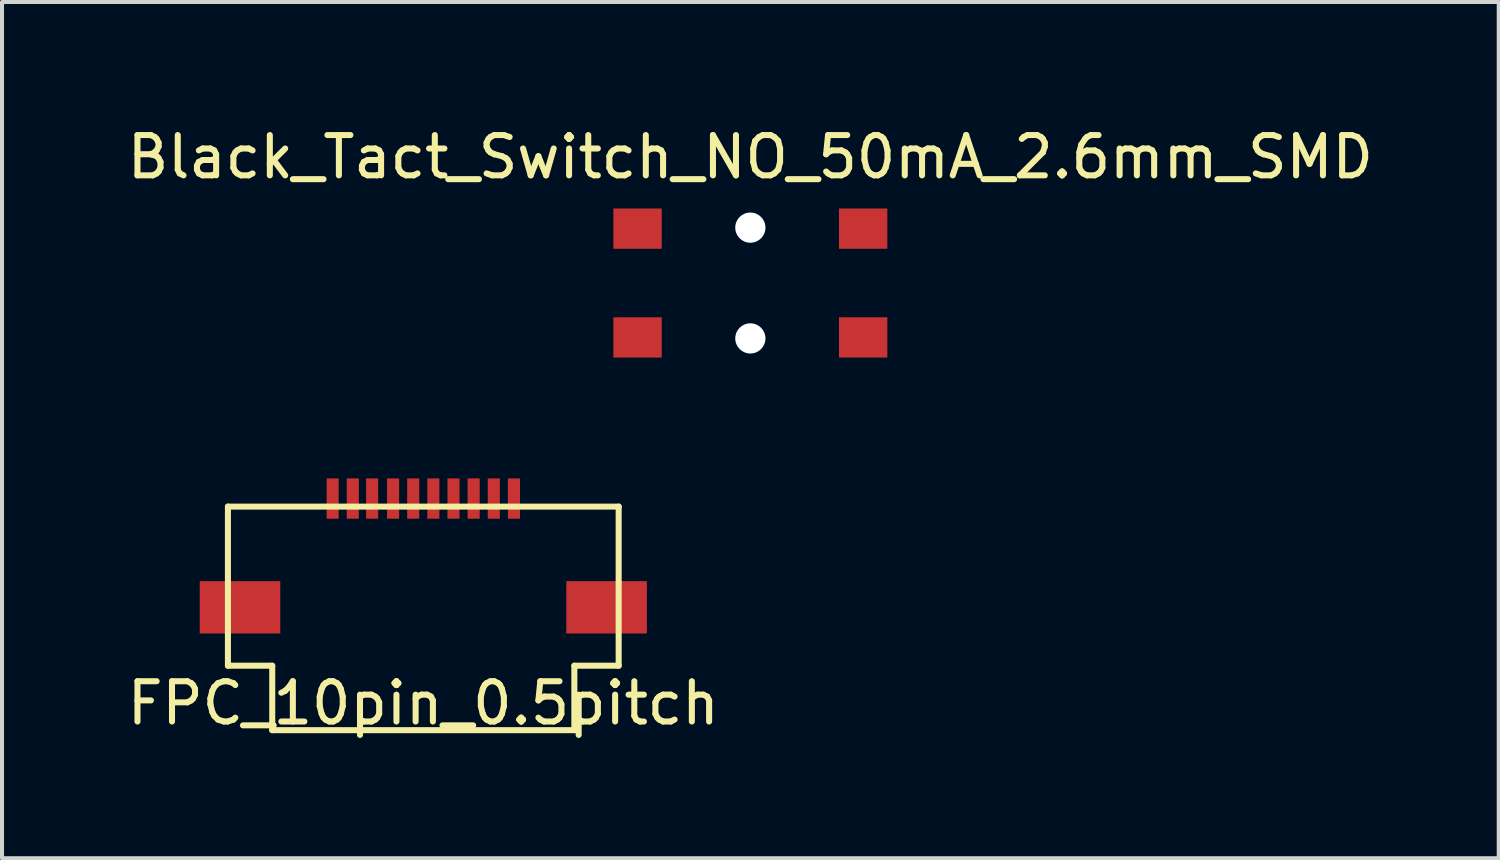
<source format=kicad_pcb>
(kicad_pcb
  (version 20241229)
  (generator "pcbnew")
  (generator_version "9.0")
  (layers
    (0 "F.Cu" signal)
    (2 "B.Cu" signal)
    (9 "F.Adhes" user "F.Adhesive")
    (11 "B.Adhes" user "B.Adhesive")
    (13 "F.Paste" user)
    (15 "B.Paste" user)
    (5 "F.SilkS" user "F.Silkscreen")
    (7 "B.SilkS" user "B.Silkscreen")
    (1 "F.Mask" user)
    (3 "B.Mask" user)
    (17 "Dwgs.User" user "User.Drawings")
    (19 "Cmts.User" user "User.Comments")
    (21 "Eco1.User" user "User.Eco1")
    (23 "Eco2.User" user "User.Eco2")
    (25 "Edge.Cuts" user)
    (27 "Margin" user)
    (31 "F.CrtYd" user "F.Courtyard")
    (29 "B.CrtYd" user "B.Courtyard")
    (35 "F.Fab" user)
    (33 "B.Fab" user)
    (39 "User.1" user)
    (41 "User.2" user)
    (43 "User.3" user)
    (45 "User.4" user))
  (footprint "Black_Tact_Switch_NO_50mA_2.6mm_SMD"
    (layer "F.Cu")
    (at 15.577 3.976)
    (property "Reference" "Black_Tact_Switch_NO_50mA_2.6mm_SMD" (at 0 -3.128 0) (layer "F.SilkS") (effects (font (size 1 1) (thickness 0.15))))
    (attr through_hole)
    (pad "" np_thru_hole circle (at 0 -1.375) (size 0.75 0.75) (drill 0.75) (layers "*.Cu" "*.Mask"))
    (pad "" np_thru_hole circle (at 0 1.375) (size 0.75 0.75) (drill 0.75) (layers "*.Cu" "*.Mask"))
    (pad "1" smd rect (at 2.8 -1.35) (size 1.2 1) (layers "F.Cu" "F.Mask" "F.Paste"))
    (pad "2" smd rect (at 2.8 1.35) (size 1.2 1) (layers "F.Cu" "F.Mask" "F.Paste"))
    (pad "3" smd rect (at -2.8 -1.35) (size 1.2 1) (layers "F.Cu" "F.Mask" "F.Paste"))
    (pad "4" smd rect (at -2.8 1.35) (size 1.2 1) (layers "F.Cu" "F.Mask" "F.Paste")))
  (footprint "FPC_10pin_0.5pitch"
    (layer "F.Cu")
    (at 7.458 9.326)
    (property "Reference" "FPC_10pin_0.5pitch" (at 0 5.08 0) (layer "F.SilkS") (effects (font (size 1 1) (thickness 0.15))))
    (attr through_hole)
    (fp_line (start -4.85 0.2) (end -4.85 4.15) (stroke (width 0.15) (type solid)) (layer "F.SilkS"))
    (fp_line (start -4.85 0.2) (end 4.85 0.2) (stroke (width 0.15) (type solid)) (layer "F.SilkS"))
    (fp_line (start -4.85 4.15) (end -3.75 4.15) (stroke (width 0.15) (type solid)) (layer "F.SilkS"))
    (fp_line (start -3.75 4.15) (end -3.75 5.75) (stroke (width 0.15) (type solid)) (layer "F.SilkS"))
    (fp_line (start -3.75 5.75) (end 3.75 5.75) (stroke (width 0.15) (type solid)) (layer "F.SilkS"))
    (fp_line (start 3.75 4.15) (end 3.75 5.75) (stroke (width 0.15) (type solid)) (layer "F.SilkS"))
    (fp_line (start 3.75 4.15) (end 4.85 4.15) (stroke (width 0.15) (type solid)) (layer "F.SilkS"))
    (fp_line (start 4.85 0.2) (end 4.85 4.15) (stroke (width 0.15) (type solid)) (layer "F.SilkS"))
    (pad "1" smd rect (at -2.25 0) (size 0.3 1) (layers "F.Cu" "F.Mask" "F.Paste"))
    (pad "2" smd rect (at -1.75 0) (size 0.3 1) (layers "F.Cu" "F.Mask" "F.Paste"))
    (pad "3" smd rect (at -1.27 0) (size 0.3 1) (layers "F.Cu" "F.Mask" "F.Paste"))
    (pad "4" smd rect (at -0.75 0) (size 0.3 1) (layers "F.Cu" "F.Mask" "F.Paste"))
    (pad "5" smd rect (at -0.25 0) (size 0.3 1) (layers "F.Cu" "F.Mask" "F.Paste"))
    (pad "6" smd rect (at 0.25 0) (size 0.3 1) (layers "F.Cu" "F.Mask" "F.Paste"))
    (pad "7" smd rect (at 0.75 0) (size 0.3 1) (layers "F.Cu" "F.Mask" "F.Paste"))
    (pad "8" smd rect (at 1.25 0) (size 0.3 1) (layers "F.Cu" "F.Mask" "F.Paste"))
    (pad "9" smd rect (at 1.75 0) (size 0.3 1) (layers "F.Cu" "F.Mask" "F.Paste"))
    (pad "10" smd rect (at 2.25 0) (size 0.3 1) (layers "F.Cu" "F.Mask" "F.Paste"))
    (pad "11" smd rect (at -4.55 2.7) (size 2 1.3) (layers "F.Cu" "F.Mask" "F.Paste"))
    (pad "11" smd rect (at 4.55 2.7) (size 2 1.3) (layers "F.Cu" "F.Mask" "F.Paste")))
  (gr_rect
    (start -3 -3)
    (end 34.155 18.255)
    (stroke (width 0.1) (type default))
    (fill no)
    (layer "Edge.Cuts")))
</source>
